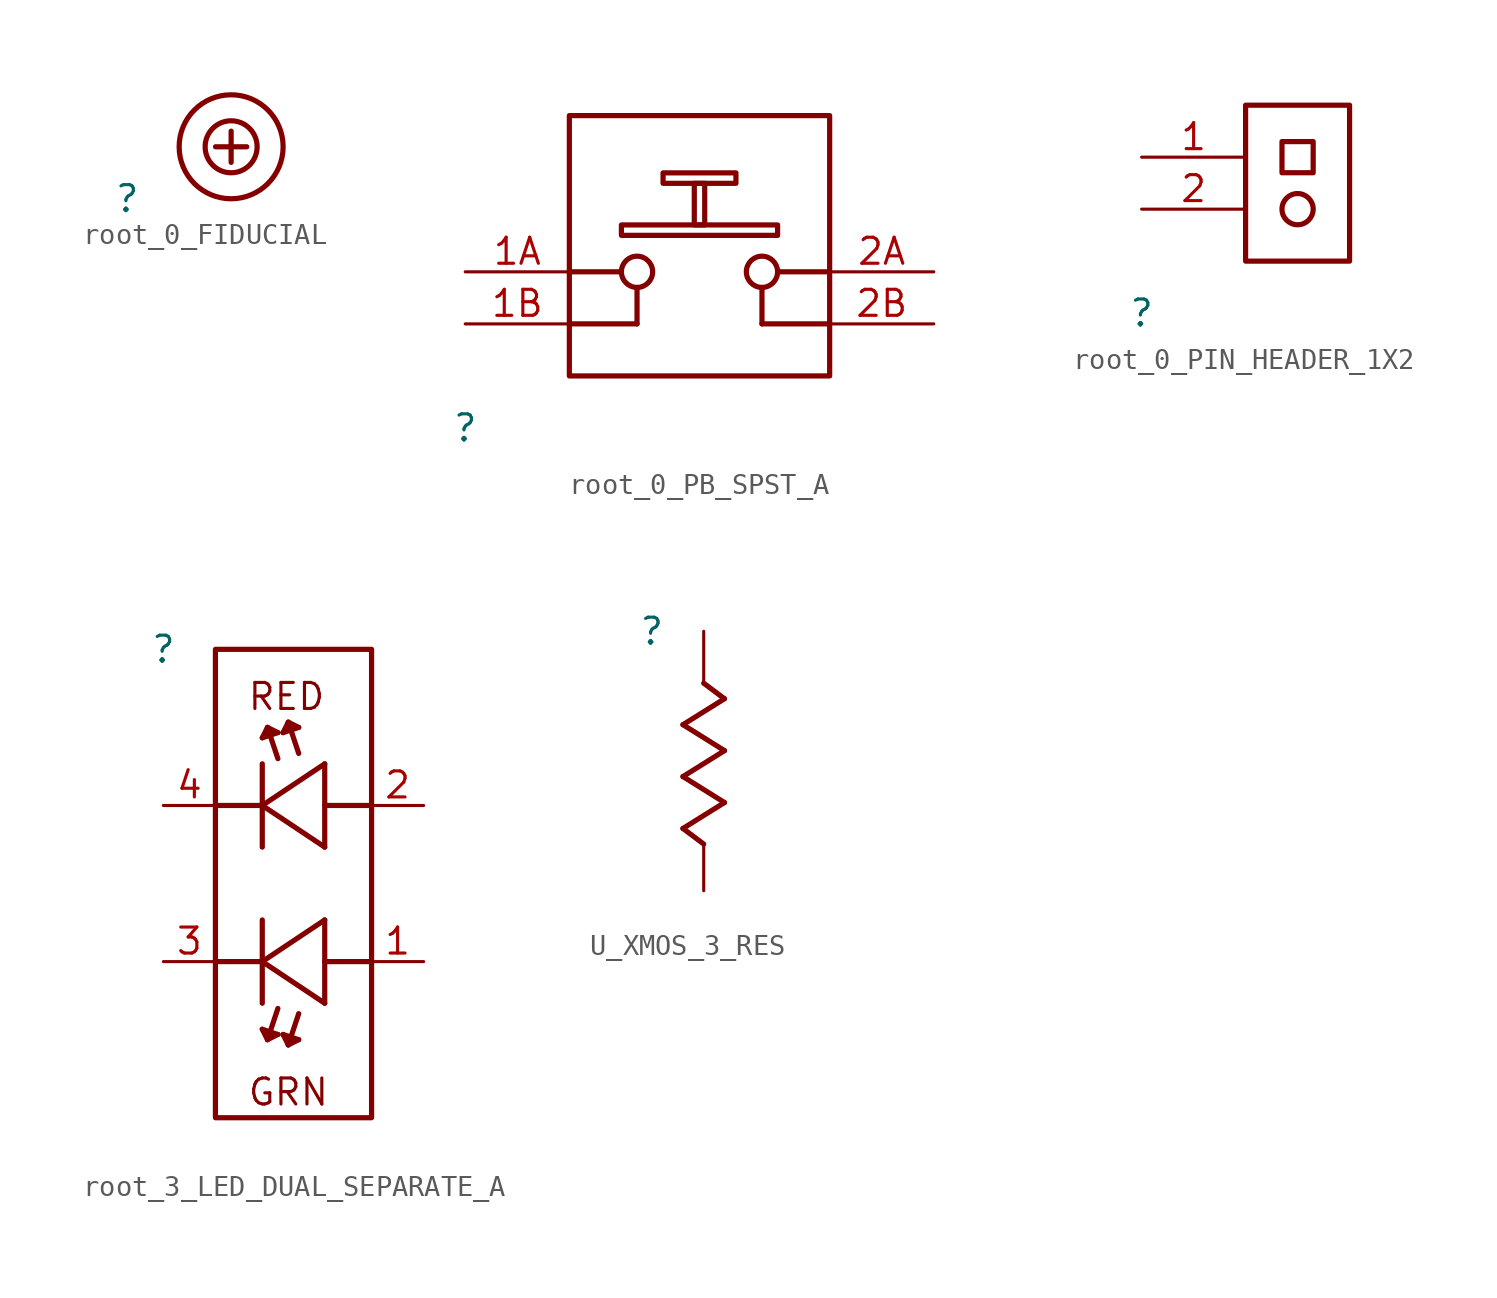
<source format=kicad_sym>
(kicad_symbol_lib
  (version 20231120)
  (generator "kicad_symbol_editor")
  (generator_version "8.0")
  (symbol "root_0_FIDUCIAL"
    (property "Reference" ""
      (at 0 0 0)
      (effects (font (size 1.27 1.27))))
    (property "Value" ""
      (at 0 0 0)
      (effects (font (size 1.27 1.27))))
    (symbol "root_0_FIDUCIAL_1_0"
      (polyline (pts (xy 4.318 2.54) (xy 5.842 2.54)) (stroke (width 0.254) (type solid)) (fill (type none)))
      (polyline (pts (xy 5.08 1.778) (xy 5.08 3.302)) (stroke (width 0.254) (type solid)) (fill (type none)))
      (circle (center 5.08 2.54) (radius 1.27) (stroke (width 0.254) (type solid)) (fill (type none)))
      (circle (center 5.08 2.54) (radius 2.54) (stroke (width 0.254) (type solid)) (fill (type none)))))
  (symbol "root_0_PB_SPST_A"
    (property "Reference" ""
      (at 0 0 0)
      (effects (font (size 1.27 1.27))))
    (property "Value" ""
      (at 0 0 0)
      (effects (font (size 1.27 1.27))))
    (symbol "root_0_PB_SPST_A_1_0"
      (polyline (pts (xy 7.62 7.62) (xy 5.08 7.62)) (stroke (width 0.254) (type solid)) (fill (type none)))
      (polyline (pts (xy 8.382 5.08) (xy 5.08 5.08)) (stroke (width 0.254) (type solid)) (fill (type none)))
      (polyline (pts (xy 8.382 6.858) (xy 8.382 5.08)) (stroke (width 0.254) (type solid)) (fill (type none)))
      (polyline (pts (xy 14.478 5.08) (xy 17.78 5.08)) (stroke (width 0.254) (type solid)) (fill (type none)))
      (polyline (pts (xy 14.478 6.858) (xy 14.478 5.08)) (stroke (width 0.254) (type solid)) (fill (type none)))
      (polyline (pts (xy 15.24 7.62) (xy 17.78 7.62)) (stroke (width 0.254) (type solid)) (fill (type none)))
      (polyline (pts (xy 7.62 9.398) (xy 15.24 9.398) (xy 15.24 9.906) (xy 7.62 9.906) (xy 7.62 9.398)) (stroke (width 0.254) (type solid)) (fill (type none)))
      (polyline (pts (xy 9.652 11.938) (xy 13.208 11.938) (xy 13.208 12.446) (xy 9.652 12.446) (xy 9.652 11.938)) (stroke (width 0.254) (type solid)) (fill (type none)))
      (polyline (pts (xy 11.176 9.906) (xy 11.684 9.906) (xy 11.684 11.938) (xy 11.176 11.938) (xy 11.176 9.906)) (stroke (width 0.254) (type solid)) (fill (type none)))
      (circle (center 8.382 7.62) (radius 0.762) (stroke (width 0.254) (type solid)) (fill (type none)))
      (circle (center 14.478 7.62) (radius 0.762) (stroke (width 0.254) (type solid)) (fill (type none)))
      (rectangle (start 17.78 15.24) (end 5.08 2.54) (stroke (width 0.254) (type solid)) (fill (type color) (color 255 255 255 0.5)))
      (pin passive line (at 0 7.62 0) (length 5.08) (name "1A" (effects (font (size 0 0)))) (number "1A" (effects (font (size 1.27 1.27)))))
      (pin passive line (at 0 5.08 0) (length 5.08) (name "1B" (effects (font (size 0 0)))) (number "1B" (effects (font (size 1.27 1.27)))))
      (pin passive line (at 22.86 7.62 180) (length 5.08) (name "2A" (effects (font (size 0 0)))) (number "2A" (effects (font (size 1.27 1.27)))))
      (pin passive line (at 22.86 5.08 180) (length 5.08) (name "2B" (effects (font (size 0 0)))) (number "2B" (effects (font (size 1.27 1.27)))))))
  (symbol "root_0_PIN_HEADER_1X2"
    (property "Reference" ""
      (at 0 0 0)
      (effects (font (size 1.27 1.27))))
    (property "Value" ""
      (at 0 0 0)
      (effects (font (size 1.27 1.27))))
    (symbol "root_0_PIN_HEADER_1X2_1_0"
      (polyline (pts (xy 5.08 2.54) (xy 10.16 2.54) (xy 10.16 10.16) (xy 5.08 10.16) (xy 5.08 2.54)) (stroke (width 0.254) (type solid)) (fill (type none)))
      (polyline (pts (xy 6.858 6.858) (xy 8.382 6.858) (xy 8.382 8.382) (xy 6.858 8.382) (xy 6.858 6.858)) (stroke (width 0.254) (type solid)) (fill (type none)))
      (circle (center 7.62 5.08) (radius 0.762) (stroke (width 0.254) (type solid)) (fill (type none)))
      (pin passive line (at 0 7.62 0) (length 5.08) (name "1" (effects (font (size 0 0)))) (number "1" (effects (font (size 1.27 1.27)))))
      (pin passive line (at 0 5.08 0) (length 5.08) (name "2" (effects (font (size 0 0)))) (number "2" (effects (font (size 1.27 1.27)))))))
  (symbol "root_3_LED_DUAL_SEPARATE_A"
    (property "Reference" ""
      (at 0 0 0)
      (effects (font (size 1.27 1.27))))
    (property "Value" ""
      (at 0 0 0)
      (effects (font (size 1.27 1.27))))
    (symbol "root_3_LED_DUAL_SEPARATE_A_1_0"
      (polyline (pts (xy 4.826 -18.542) (xy 5.588 -18.796)) (stroke (width 0.254) (type solid)) (fill (type none)))
      (polyline (pts (xy 4.826 -15.24) (xy 2.54 -15.24)) (stroke (width 0.254) (type solid)) (fill (type none)))
      (polyline (pts (xy 4.826 -15.24) (xy 7.874 -17.272)) (stroke (width 0.254) (type solid)) (fill (type none)))
      (polyline (pts (xy 4.826 -13.208) (xy 4.826 -17.272)) (stroke (width 0.254) (type solid)) (fill (type none)))
      (polyline (pts (xy 4.826 -9.652) (xy 4.826 -5.588)) (stroke (width 0.254) (type solid)) (fill (type none)))
      (polyline (pts (xy 4.826 -7.62) (xy 2.54 -7.62)) (stroke (width 0.254) (type solid)) (fill (type none)))
      (polyline (pts (xy 4.826 -7.62) (xy 7.874 -5.588)) (stroke (width 0.254) (type solid)) (fill (type none)))
      (polyline (pts (xy 4.826 -4.318) (xy 5.588 -4.064)) (stroke (width 0.254) (type solid)) (fill (type none)))
      (polyline (pts (xy 5.08 -19.05) (xy 4.826 -18.542)) (stroke (width 0.254) (type solid)) (fill (type none)))
      (polyline (pts (xy 5.08 -3.81) (xy 4.826 -4.318)) (stroke (width 0.254) (type solid)) (fill (type none)))
      (polyline (pts (xy 5.588 -18.796) (xy 5.08 -19.05)) (stroke (width 0.254) (type solid)) (fill (type none)))
      (polyline (pts (xy 5.588 -17.526) (xy 5.08 -19.05)) (stroke (width 0.254) (type solid)) (fill (type none)))
      (polyline (pts (xy 5.588 -5.334) (xy 5.08 -3.81)) (stroke (width 0.254) (type solid)) (fill (type none)))
      (polyline (pts (xy 5.588 -4.064) (xy 5.08 -3.81)) (stroke (width 0.254) (type solid)) (fill (type none)))
      (polyline (pts (xy 5.842 -18.796) (xy 6.604 -19.05)) (stroke (width 0.254) (type solid)) (fill (type none)))
      (polyline (pts (xy 5.842 -4.064) (xy 6.604 -3.81)) (stroke (width 0.254) (type solid)) (fill (type none)))
      (polyline (pts (xy 6.096 -19.304) (xy 5.842 -18.796)) (stroke (width 0.254) (type solid)) (fill (type none)))
      (polyline (pts (xy 6.096 -3.556) (xy 5.842 -4.064)) (stroke (width 0.254) (type solid)) (fill (type none)))
      (polyline (pts (xy 6.604 -19.05) (xy 6.096 -19.304)) (stroke (width 0.254) (type solid)) (fill (type none)))
      (polyline (pts (xy 6.604 -17.78) (xy 6.096 -19.304)) (stroke (width 0.254) (type solid)) (fill (type none)))
      (polyline (pts (xy 6.604 -5.08) (xy 6.096 -3.556)) (stroke (width 0.254) (type solid)) (fill (type none)))
      (polyline (pts (xy 6.604 -3.81) (xy 6.096 -3.556)) (stroke (width 0.254) (type solid)) (fill (type none)))
      (polyline (pts (xy 7.874 -17.272) (xy 7.874 -13.208)) (stroke (width 0.254) (type solid)) (fill (type none)))
      (polyline (pts (xy 7.874 -13.208) (xy 4.826 -15.24)) (stroke (width 0.254) (type solid)) (fill (type none)))
      (polyline (pts (xy 7.874 -9.652) (xy 4.826 -7.62)) (stroke (width 0.254) (type solid)) (fill (type none)))
      (polyline (pts (xy 7.874 -5.588) (xy 7.874 -9.652)) (stroke (width 0.254) (type solid)) (fill (type none)))
      (polyline (pts (xy 10.16 -15.24) (xy 7.874 -15.24)) (stroke (width 0.254) (type solid)) (fill (type none)))
      (polyline (pts (xy 10.16 -7.62) (xy 7.874 -7.62)) (stroke (width 0.254) (type solid)) (fill (type none)))
      (rectangle (start 10.16 0) (end 2.54 -22.86) (stroke (width 0.254) (type solid)) (fill (type color) (color 255 255 255 0.5)))
      (text "GRN" (at 4.064 -22.352 0) (effects (font (size 1.27 1.27)) (justify left bottom)))
      (text "RED" (at 4.064 -3.048 0) (effects (font (size 1.27 1.27)) (justify left bottom)))
      (pin passive line (at 12.7 -15.24 180) (length 2.54) (name "GRN_A" (effects (font (size 0 0)))) (number "1" (effects (font (size 1.27 1.27)))))
      (pin passive line (at 12.7 -7.62 180) (length 2.54) (name "RED_A" (effects (font (size 0 0)))) (number "2" (effects (font (size 1.27 1.27)))))
      (pin passive line (at 0 -15.24 0) (length 2.54) (name "GRN_K" (effects (font (size 0 0)))) (number "3" (effects (font (size 1.27 1.27)))))
      (pin passive line (at 0 -7.62 0) (length 2.54) (name "RED_K" (effects (font (size 0 0)))) (number "4" (effects (font (size 1.27 1.27)))))))
  (symbol "U_XMOS_3_RES"
    (property "Reference" ""
      (at 0 0 0)
      (effects (font (size 1.27 1.27))))
    (property "Value" ""
      (at 0 0 0)
      (effects (font (size 1.27 1.27))))
    (symbol "U_XMOS_3_RES_1_0"
      (polyline (pts (xy 1.524 -9.652) (xy 2.54 -10.414)) (stroke (width 0.254) (type solid)) (fill (type none)))
      (polyline (pts (xy 1.524 -7.112) (xy 3.556 -8.382)) (stroke (width 0.254) (type solid)) (fill (type none)))
      (polyline (pts (xy 1.524 -4.572) (xy 3.556 -5.842)) (stroke (width 0.254) (type solid)) (fill (type none)))
      (polyline (pts (xy 2.54 -2.54) (xy 3.556 -3.302)) (stroke (width 0.254) (type solid)) (fill (type none)))
      (polyline (pts (xy 3.556 -8.382) (xy 1.524 -9.652)) (stroke (width 0.254) (type solid)) (fill (type none)))
      (polyline (pts (xy 3.556 -5.842) (xy 1.524 -7.112)) (stroke (width 0.254) (type solid)) (fill (type none)))
      (polyline (pts (xy 3.556 -3.302) (xy 1.524 -4.572)) (stroke (width 0.254) (type solid)) (fill (type none)))
      (pin passive line (at 2.54 0 270) (length 2.54) (name "1" (effects (font (size 0 0)))) (number "1" (effects (font (size 0 0)))))
      (pin passive line (at 2.54 -12.7 90) (length 2.286) (name "2" (effects (font (size 0 0)))) (number "2" (effects (font (size 0 0))))))))
</source>
